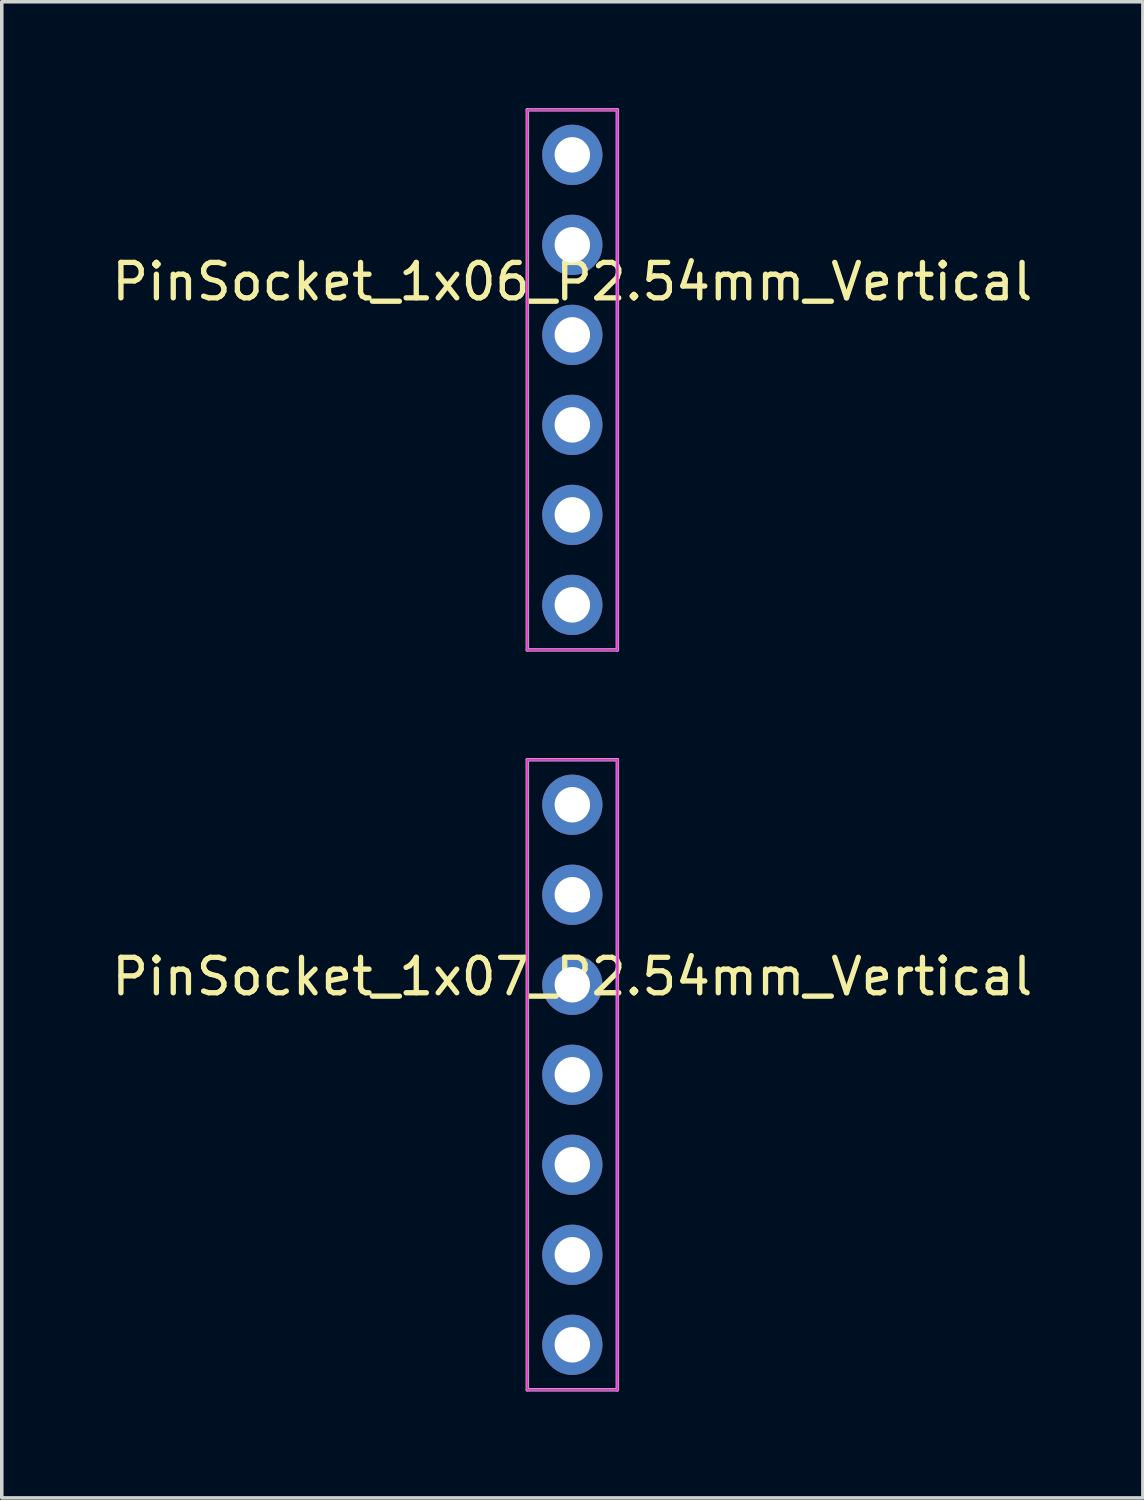
<source format=kicad_pcb>
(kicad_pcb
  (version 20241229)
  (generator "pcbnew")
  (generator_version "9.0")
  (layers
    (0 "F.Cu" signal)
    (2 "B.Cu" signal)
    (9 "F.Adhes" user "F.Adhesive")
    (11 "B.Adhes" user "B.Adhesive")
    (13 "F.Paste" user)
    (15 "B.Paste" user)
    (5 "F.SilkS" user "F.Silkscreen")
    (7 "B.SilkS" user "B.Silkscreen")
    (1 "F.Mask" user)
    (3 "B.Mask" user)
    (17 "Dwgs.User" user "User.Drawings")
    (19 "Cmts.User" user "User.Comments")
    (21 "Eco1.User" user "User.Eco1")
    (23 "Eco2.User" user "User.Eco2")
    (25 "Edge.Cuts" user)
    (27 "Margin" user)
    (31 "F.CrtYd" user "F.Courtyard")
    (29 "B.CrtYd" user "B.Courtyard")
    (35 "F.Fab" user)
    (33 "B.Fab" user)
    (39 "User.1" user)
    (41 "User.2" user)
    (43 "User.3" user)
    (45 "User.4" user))
  (footprint "PinSocket_1x07_P2.54mm_Vertical"
    (layer "F.Cu")
    (at 13.101 27.28)
    (property "Reference" "PinSocket_1x07_P2.54mm_Vertical" (at 0 -2.77 0) (layer "F.SilkS") (effects (font (size 1 1) (thickness 0.15))))
    (attr through_hole)
    (fp_line (start -1.27 -8.89) (end 1.27 -8.89) (stroke (width 0.05) (type solid)) (layer "F.CrtYd"))
    (fp_line (start -1.27 8.89) (end -1.27 -8.89) (stroke (width 0.05) (type solid)) (layer "F.CrtYd"))
    (fp_line (start 1.27 -8.89) (end 1.27 8.89) (stroke (width 0.05) (type solid)) (layer "F.CrtYd"))
    (fp_line (start 1.27 8.89) (end -1.27 8.89) (stroke (width 0.05) (type solid)) (layer "F.CrtYd"))
    (fp_line (start -1.27 8.89) (end -1.27 -8.89) (stroke (width 0.1) (type solid)) (layer "F.Fab"))
    (fp_line (start 1.27 -8.89) (end -1.27 -8.89) (stroke (width 0.1) (type solid)) (layer "F.Fab"))
    (fp_line (start 1.27 -8.89) (end 1.27 8.89) (stroke (width 0.1) (type solid)) (layer "F.Fab"))
    (fp_line (start 1.27 8.89) (end -1.27 8.89) (stroke (width 0.1) (type solid)) (layer "F.Fab"))
    (pad "1" thru_hole circle (at 0 -7.62) (size 1.7 1.7) (drill 1) (layers "*.Cu" "*.Mask"))
    (pad "1" thru_hole circle (at 0 -5.08) (size 1.7 1.7) (drill 1) (layers "*.Cu" "*.Mask"))
    (pad "1" thru_hole oval (at 0 -2.54) (size 1.7 1.7) (drill 1) (layers "*.Cu" "*.Mask"))
    (pad "1" thru_hole oval (at 0 0) (size 1.7 1.7) (drill 1) (layers "*.Cu" "*.Mask"))
    (pad "1" thru_hole oval (at 0 2.54) (size 1.7 1.7) (drill 1) (layers "*.Cu" "*.Mask"))
    (pad "1" thru_hole oval (at 0 5.08) (size 1.7 1.7) (drill 1) (layers "*.Cu" "*.Mask"))
    (pad "1" thru_hole oval (at 0 7.62) (size 1.7 1.7) (drill 1) (layers "*.Cu" "*.Mask")))
  (footprint "PinSocket_1x06_P2.54mm_Vertical"
    (layer "F.Cu")
    (at 13.101 7.67)
    (property "Reference" "PinSocket_1x06_P2.54mm_Vertical" (at 0 -2.77 0) (layer "F.SilkS") (effects (font (size 1 1) (thickness 0.15))))
    (attr through_hole)
    (fp_line (start -1.27 -7.62) (end 1.27 -7.62) (stroke (width 0.05) (type solid)) (layer "F.CrtYd"))
    (fp_line (start -1.27 7.62) (end -1.27 -7.62) (stroke (width 0.05) (type solid)) (layer "F.CrtYd"))
    (fp_line (start 1.27 -7.62) (end 1.27 7.62) (stroke (width 0.05) (type solid)) (layer "F.CrtYd"))
    (fp_line (start 1.27 7.62) (end -1.27 7.62) (stroke (width 0.05) (type solid)) (layer "F.CrtYd"))
    (fp_line (start -1.27 7.62) (end -1.27 -7.62) (stroke (width 0.1) (type solid)) (layer "F.Fab"))
    (fp_line (start 1.27 -7.62) (end -1.27 -7.62) (stroke (width 0.1) (type solid)) (layer "F.Fab"))
    (fp_line (start 1.27 -7.62) (end 1.27 7.62) (stroke (width 0.1) (type solid)) (layer "F.Fab"))
    (fp_line (start 1.27 7.62) (end -1.27 7.62) (stroke (width 0.1) (type solid)) (layer "F.Fab"))
    (pad "1" thru_hole circle (at 0 -6.35) (size 1.7 1.7) (drill 1) (layers "*.Cu" "*.Mask"))
    (pad "1" thru_hole oval (at 0 -3.81) (size 1.7 1.7) (drill 1) (layers "*.Cu" "*.Mask"))
    (pad "1" thru_hole oval (at 0 -1.27) (size 1.7 1.7) (drill 1) (layers "*.Cu" "*.Mask"))
    (pad "1" thru_hole oval (at 0 1.27) (size 1.7 1.7) (drill 1) (layers "*.Cu" "*.Mask"))
    (pad "1" thru_hole oval (at 0 3.81) (size 1.7 1.7) (drill 1) (layers "*.Cu" "*.Mask"))
    (pad "1" thru_hole oval (at 0 6.35) (size 1.7 1.7) (drill 1) (layers "*.Cu" "*.Mask")))
  (gr_rect
    (start -3 -3)
    (end 29.202 39.22)
    (stroke (width 0.1) (type default))
    (fill no)
    (layer "Edge.Cuts")))
</source>
